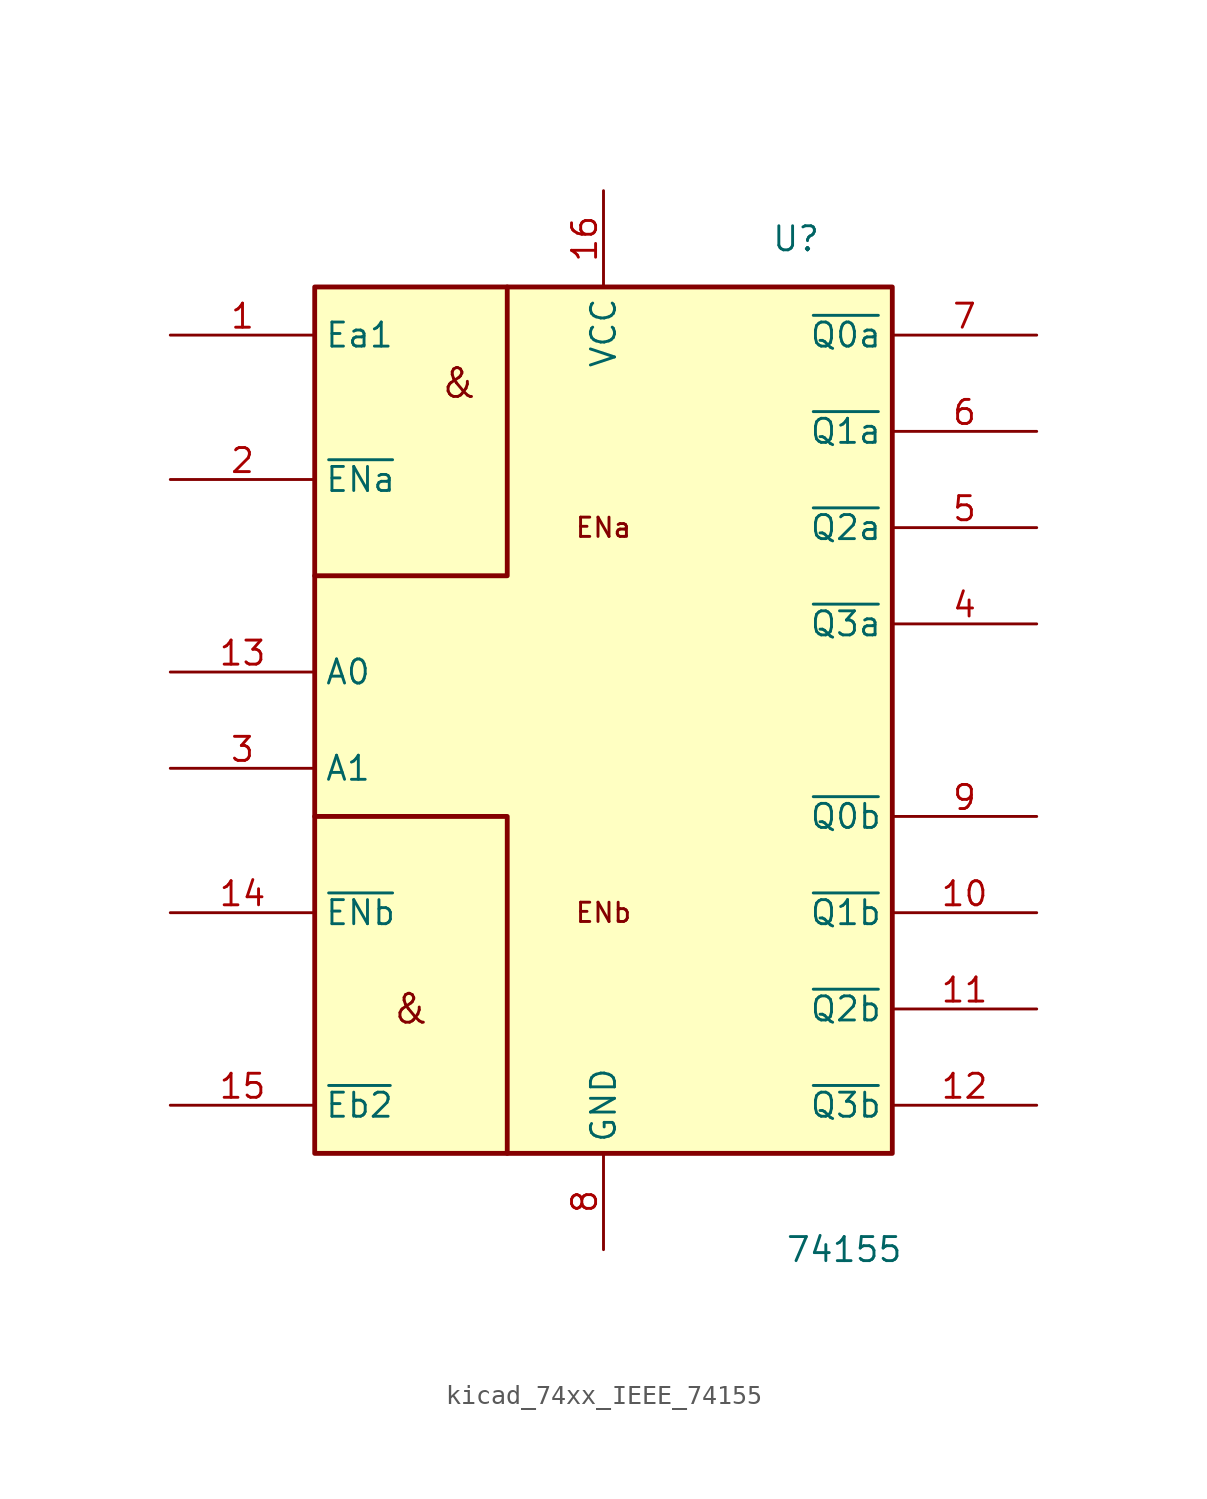
<source format=kicad_sym>
(kicad_symbol_lib
  (version 20220914)
  (generator kicad_symbol_editor)
  (symbol "kicad_74xx_IEEE_74155"
    (property "Reference" "U"
      (at 10.16 25.4 0)
      (effects (font (size 1.27 1.27))))
    (property "Value" "74155"
      (at 12.7 -27.94 0)
      (effects (font (size 1.27 1.27))))
    (symbol "kicad_74xx_IEEE_74155_0_0"
      (rectangle (start -15.24 22.86) (end 15.24 -22.86) (stroke (width 0.254) (type default)) (fill (type background)))
      (polyline (pts (xy -15.24 -5.08) (xy -5.08 -5.08) (xy -5.08 -22.86) (xy -5.08 -22.86)) (stroke (width 0.254) (type default)) (fill (type background)))
      (polyline (pts (xy -15.24 7.62) (xy -5.08 7.62) (xy -5.08 22.86) (xy -5.08 22.86)) (stroke (width 0.254) (type default)) (fill (type background)))
      (text "&" (at -10.16 -15.24 0) (effects (font (size 1.524 1.524))))
      (text "&" (at -7.62 17.78 0) (effects (font (size 1.524 1.524))))
      (text "ENa" (at 0 10.16 0) (effects (font (size 1.016 1.016))))
      (text "ENb" (at 0 -10.16 0) (effects (font (size 1.016 1.016))))
      (pin power_in line (at 0 27.94 270) (length 5.08) (name "VCC" (effects (font (size 1.27 1.27)))) (number "16" (effects (font (size 1.27 1.27)))))
      (pin power_in line (at 0 -27.94 90) (length 5.08) (name "GND" (effects (font (size 1.27 1.27)))) (number "8" (effects (font (size 1.27 1.27))))))
    (symbol "kicad_74xx_IEEE_74155_1_1"
      (pin input line (at -22.86 20.32 0) (length 7.62) (name "Ea1" (effects (font (size 1.27 1.27)))) (number "1" (effects (font (size 1.27 1.27)))))
      (pin output line (at 22.86 -10.16 180) (length 7.62) (name "~{Q1b}" (effects (font (size 1.27 1.27)))) (number "10" (effects (font (size 1.27 1.27)))))
      (pin output line (at 22.86 -15.24 180) (length 7.62) (name "~{Q2b}" (effects (font (size 1.27 1.27)))) (number "11" (effects (font (size 1.27 1.27)))))
      (pin output line (at 22.86 -20.32 180) (length 7.62) (name "~{Q3b}" (effects (font (size 1.27 1.27)))) (number "12" (effects (font (size 1.27 1.27)))))
      (pin input line (at -22.86 2.54 0) (length 7.62) (name "A0" (effects (font (size 1.27 1.27)))) (number "13" (effects (font (size 1.27 1.27)))))
      (pin input line (at -22.86 -10.16 0) (length 7.62) (name "~{ENb}" (effects (font (size 1.27 1.27)))) (number "14" (effects (font (size 1.27 1.27)))))
      (pin input line (at -22.86 -20.32 0) (length 7.62) (name "~{Eb2}" (effects (font (size 1.27 1.27)))) (number "15" (effects (font (size 1.27 1.27)))))
      (pin input line (at -22.86 12.7 0) (length 7.62) (name "~{ENa}" (effects (font (size 1.27 1.27)))) (number "2" (effects (font (size 1.27 1.27)))))
      (pin input line (at -22.86 -2.54 0) (length 7.62) (name "A1" (effects (font (size 1.27 1.27)))) (number "3" (effects (font (size 1.27 1.27)))))
      (pin output line (at 22.86 5.08 180) (length 7.62) (name "~{Q3a}" (effects (font (size 1.27 1.27)))) (number "4" (effects (font (size 1.27 1.27)))))
      (pin output line (at 22.86 10.16 180) (length 7.62) (name "~{Q2a}" (effects (font (size 1.27 1.27)))) (number "5" (effects (font (size 1.27 1.27)))))
      (pin output line (at 22.86 15.24 180) (length 7.62) (name "~{Q1a}" (effects (font (size 1.27 1.27)))) (number "6" (effects (font (size 1.27 1.27)))))
      (pin output line (at 22.86 20.32 180) (length 7.62) (name "~{Q0a}" (effects (font (size 1.27 1.27)))) (number "7" (effects (font (size 1.27 1.27)))))
      (pin output line (at 22.86 -5.08 180) (length 7.62) (name "~{Q0b}" (effects (font (size 1.27 1.27)))) (number "9" (effects (font (size 1.27 1.27))))))))
</source>
